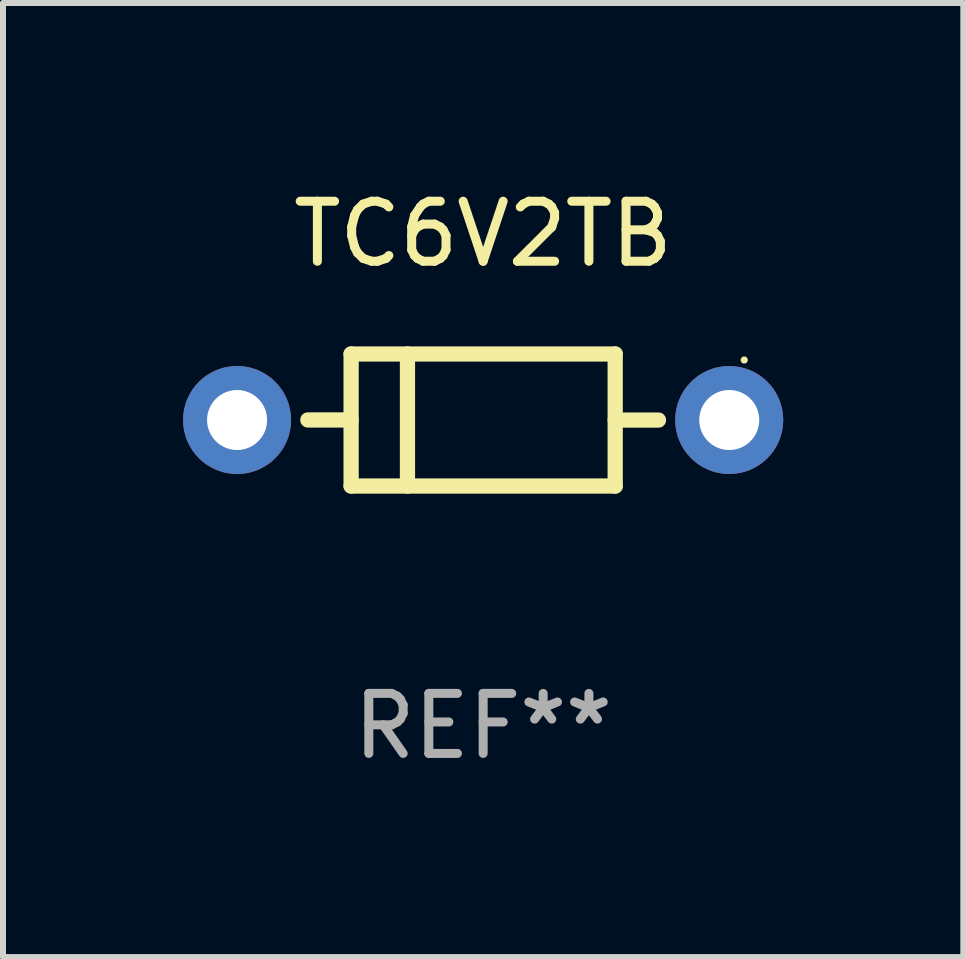
<source format=kicad_pcb>
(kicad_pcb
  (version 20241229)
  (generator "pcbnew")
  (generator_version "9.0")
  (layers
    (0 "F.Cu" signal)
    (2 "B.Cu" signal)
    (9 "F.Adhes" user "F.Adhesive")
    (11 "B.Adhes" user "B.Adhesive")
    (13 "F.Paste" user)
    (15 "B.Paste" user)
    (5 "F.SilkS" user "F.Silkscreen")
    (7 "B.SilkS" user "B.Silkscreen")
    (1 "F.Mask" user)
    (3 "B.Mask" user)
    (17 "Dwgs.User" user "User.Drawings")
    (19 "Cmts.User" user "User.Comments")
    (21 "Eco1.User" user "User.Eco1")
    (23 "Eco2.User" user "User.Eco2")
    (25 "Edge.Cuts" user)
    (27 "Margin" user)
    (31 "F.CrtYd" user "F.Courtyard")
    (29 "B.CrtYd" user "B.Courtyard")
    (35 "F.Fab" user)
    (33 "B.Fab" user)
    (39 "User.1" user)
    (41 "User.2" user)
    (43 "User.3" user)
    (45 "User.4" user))
  (footprint "TC6V2TB"
    (layer "F.Cu")
    (at 5 3.948)
    (property "Reference" "TC6V2TB" (at 0 -3.1 0) (layer "F.SilkS") (effects (font (size 1 1) (thickness 0.15))))
    (attr through_hole)
    (fp_line (start -2.2 -1.1) (end -2.2 1.1) (stroke (width 0.254) (type solid)) (layer "F.SilkS"))
    (fp_line (start -2.2 -1.1) (end 2.2 -1.1) (stroke (width 0.254) (type solid)) (layer "F.SilkS"))
    (fp_line (start -2.2 -0.001) (end -2.921 -0.001) (stroke (width 0.254) (type solid)) (layer "F.SilkS"))
    (fp_line (start -2.2 1.1) (end 2.2 1.1) (stroke (width 0.254) (type solid)) (layer "F.SilkS"))
    (fp_line (start -1.261 -1.1) (end -1.261 1.1) (stroke (width 0.254) (type solid)) (layer "F.SilkS"))
    (fp_line (start 2.2 -1.1) (end 2.2 1.1) (stroke (width 0.254) (type solid)) (layer "F.SilkS"))
    (fp_line (start 2.2 0.001) (end 2.921 0.001) (stroke (width 0.254) (type solid)) (layer "F.SilkS"))
    (fp_circle (center 4.35 -1) (end 4.38 -1) (stroke (width 0.06) (type solid)) (fill no) (layer "F.SilkS"))
    (fp_text user "REF**" (at 0 5.1 0) (layer "F.Fab") (effects (font (size 1 1) (thickness 0.15))))
    (pad "1" thru_hole circle (at 4.1 0) (size 1.8 1.8) (drill 1) (layers "*.Cu" "*.Mask"))
    (pad "2" thru_hole circle (at -4.1 0) (size 1.8 1.8) (drill 1) (layers "*.Cu" "*.Mask")))
  (gr_rect
    (start -3 -3)
    (end 13 12.896)
    (stroke (width 0.1) (type default))
    (fill no)
    (layer "Edge.Cuts")))
</source>
